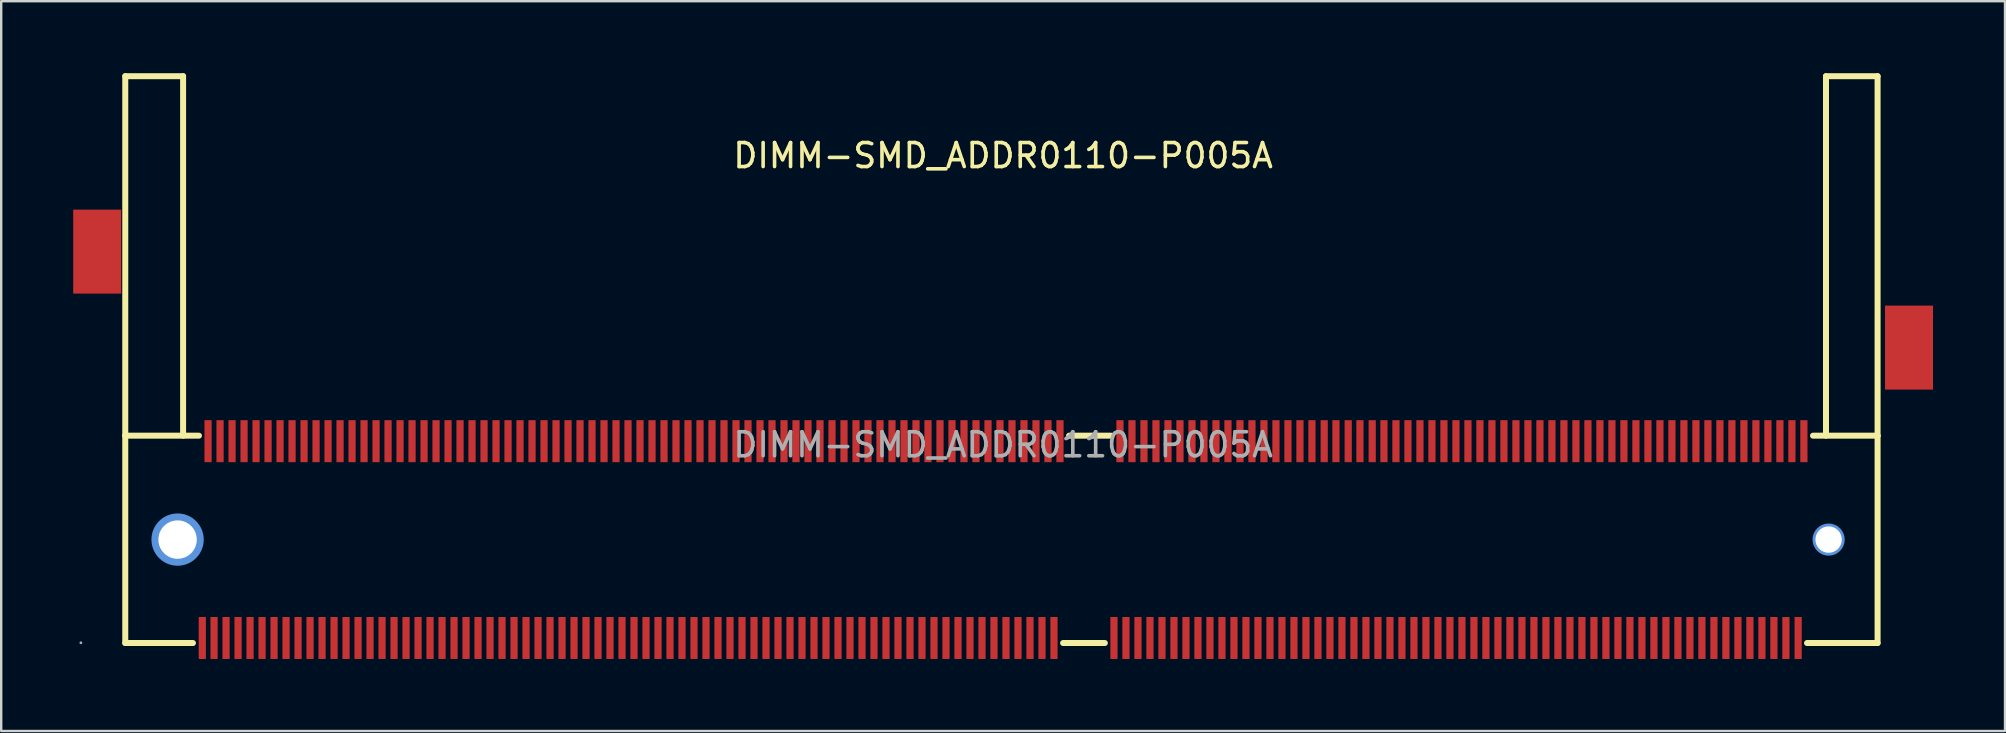
<source format=kicad_pcb>
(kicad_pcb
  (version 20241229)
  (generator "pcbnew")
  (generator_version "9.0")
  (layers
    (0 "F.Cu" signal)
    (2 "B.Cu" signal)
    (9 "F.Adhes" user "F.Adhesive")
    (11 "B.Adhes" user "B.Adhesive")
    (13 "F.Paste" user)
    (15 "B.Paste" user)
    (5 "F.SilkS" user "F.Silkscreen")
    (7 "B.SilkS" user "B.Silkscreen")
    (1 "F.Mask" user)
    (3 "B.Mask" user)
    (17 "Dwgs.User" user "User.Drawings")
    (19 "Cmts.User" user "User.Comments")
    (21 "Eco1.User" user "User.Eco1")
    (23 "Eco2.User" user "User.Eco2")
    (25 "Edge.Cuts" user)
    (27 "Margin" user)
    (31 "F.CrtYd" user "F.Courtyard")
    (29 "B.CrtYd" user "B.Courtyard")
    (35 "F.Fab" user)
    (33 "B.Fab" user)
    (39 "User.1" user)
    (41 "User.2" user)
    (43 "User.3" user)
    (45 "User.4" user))
  (footprint "DIMM-SMD_ADDR0110-P005A"
    (layer "F.Cu")
    (at 38.75 15.485)
    (property "Reference" "DIMM-SMD_ADDR0110-P005A" (at 0 -12.05 0) (layer "F.SilkS") (effects (font (size 1 1) (thickness 0.15))))
    (attr smd)
    (fp_line (start -36.58 -15.36) (end -34.17 -15.36) (stroke (width 0.25) (type solid)) (layer "F.SilkS"))
    (fp_line (start -36.58 -0.38) (end -36.58 -15.36) (stroke (width 0.25) (type solid)) (layer "F.SilkS"))
    (fp_line (start -36.58 -0.38) (end -33.51 -0.38) (stroke (width 0.25) (type solid)) (layer "F.SilkS"))
    (fp_line (start -36.58 8.26) (end -36.58 -0.38) (stroke (width 0.25) (type solid)) (layer "F.SilkS"))
    (fp_line (start -34.17 -15.36) (end -34.17 -0.38) (stroke (width 0.25) (type solid)) (layer "F.SilkS"))
    (fp_line (start -33.76 8.26) (end -36.58 8.26) (stroke (width 0.25) (type solid)) (layer "F.SilkS"))
    (fp_line (start 2.75 -0.38) (end 4.49 -0.38) (stroke (width 0.25) (type solid)) (layer "F.SilkS"))
    (fp_line (start 4.24 8.26) (end 2.5 8.26) (stroke (width 0.25) (type solid)) (layer "F.SilkS"))
    (fp_line (start 33.75 -0.38) (end 36.44 -0.38) (stroke (width 0.25) (type solid)) (layer "F.SilkS"))
    (fp_line (start 34.29 -15.36) (end 34.29 -0.38) (stroke (width 0.25) (type solid)) (layer "F.SilkS"))
    (fp_line (start 36.44 -15.36) (end 34.29 -15.36) (stroke (width 0.25) (type solid)) (layer "F.SilkS"))
    (fp_line (start 36.44 -0.38) (end 36.44 -15.36) (stroke (width 0.25) (type solid)) (layer "F.SilkS"))
    (fp_line (start 36.44 -0.38) (end 36.44 8.26) (stroke (width 0.25) (type solid)) (layer "F.SilkS"))
    (fp_line (start 36.44 8.26) (end 33.5 8.26) (stroke (width 0.25) (type solid)) (layer "F.SilkS"))
    (fp_circle (center -34.4 3.95) (end -34.04 3.95) (stroke (width 0.73) (type solid)) (fill no) (layer "Cmts.User"))
    (fp_circle (center 34.4 3.95) (end 34.62 3.95) (stroke (width 0.45) (type solid)) (fill no) (layer "Cmts.User"))
    (fp_circle (center -38.43 8.25) (end -38.4 8.25) (stroke (width 0.06) (type solid)) (fill no) (layer "F.Fab"))
    (fp_text user "${REFERENCE}" (at 0 0 0) (layer "F.Fab") (effects (font (size 1 1) (thickness 0.15))))
    (pad "" thru_hole circle (at -34.4 3.95) (size 1.6 1.6) (drill 1.6) (layers "*.Cu" "*.Mask"))
    (pad "" thru_hole circle (at 34.4 3.95) (size 1.1 1.1) (drill 1.1) (layers "*.Cu" "*.Mask"))
    (pad "1" smd rect (at -33.37 8.05 180) (size 0.3 1.75) (layers "F.Cu" "F.Mask" "F.Paste"))
    (pad "2" smd rect (at -33.13 -0.15 180) (size 0.3 1.75) (layers "F.Cu" "F.Mask" "F.Paste"))
    (pad "3" smd rect (at -32.88 8.05 180) (size 0.3 1.75) (layers "F.Cu" "F.Mask" "F.Paste"))
    (pad "4" smd rect (at -32.63 -0.15 180) (size 0.3 1.75) (layers "F.Cu" "F.Mask" "F.Paste"))
    (pad "5" smd rect (at -32.38 8.05 180) (size 0.3 1.75) (layers "F.Cu" "F.Mask" "F.Paste"))
    (pad "6" smd rect (at -32.13 -0.15 180) (size 0.3 1.75) (layers "F.Cu" "F.Mask" "F.Paste"))
    (pad "7" smd rect (at -31.88 8.05 180) (size 0.3 1.75) (layers "F.Cu" "F.Mask" "F.Paste"))
    (pad "8" smd rect (at -31.63 -0.15 180) (size 0.3 1.75) (layers "F.Cu" "F.Mask" "F.Paste"))
    (pad "9" smd rect (at -31.38 8.05 180) (size 0.3 1.75) (layers "F.Cu" "F.Mask" "F.Paste"))
    (pad "10" smd rect (at -31.13 -0.15 180) (size 0.3 1.75) (layers "F.Cu" "F.Mask" "F.Paste"))
    (pad "11" smd rect (at -30.88 8.05 180) (size 0.3 1.75) (layers "F.Cu" "F.Mask" "F.Paste"))
    (pad "12" smd rect (at -30.63 -0.15 180) (size 0.3 1.75) (layers "F.Cu" "F.Mask" "F.Paste"))
    (pad "13" smd rect (at -30.38 8.05 180) (size 0.3 1.75) (layers "F.Cu" "F.Mask" "F.Paste"))
    (pad "14" smd rect (at -30.13 -0.15 180) (size 0.3 1.75) (layers "F.Cu" "F.Mask" "F.Paste"))
    (pad "15" smd rect (at -29.88 8.05 180) (size 0.3 1.75) (layers "F.Cu" "F.Mask" "F.Paste"))
    (pad "16" smd rect (at -29.63 -0.15 180) (size 0.3 1.75) (layers "F.Cu" "F.Mask" "F.Paste"))
    (pad "17" smd rect (at -29.38 8.05 180) (size 0.3 1.75) (layers "F.Cu" "F.Mask" "F.Paste"))
    (pad "18" smd rect (at -29.13 -0.15 180) (size 0.3 1.75) (layers "F.Cu" "F.Mask" "F.Paste"))
    (pad "19" smd rect (at -28.88 8.05 180) (size 0.3 1.75) (layers "F.Cu" "F.Mask" "F.Paste"))
    (pad "20" smd rect (at -28.63 -0.15 180) (size 0.3 1.75) (layers "F.Cu" "F.Mask" "F.Paste"))
    (pad "21" smd rect (at -28.38 8.05 180) (size 0.3 1.75) (layers "F.Cu" "F.Mask" "F.Paste"))
    (pad "22" smd rect (at -28.13 -0.15 180) (size 0.3 1.75) (layers "F.Cu" "F.Mask" "F.Paste"))
    (pad "23" smd rect (at -27.88 8.05 180) (size 0.3 1.75) (layers "F.Cu" "F.Mask" "F.Paste"))
    (pad "24" smd rect (at -27.63 -0.15 180) (size 0.3 1.75) (layers "F.Cu" "F.Mask" "F.Paste"))
    (pad "25" smd rect (at -27.38 8.05 180) (size 0.3 1.75) (layers "F.Cu" "F.Mask" "F.Paste"))
    (pad "26" smd rect (at -27.13 -0.15 180) (size 0.3 1.75) (layers "F.Cu" "F.Mask" "F.Paste"))
    (pad "27" smd rect (at -26.88 8.05 180) (size 0.3 1.75) (layers "F.Cu" "F.Mask" "F.Paste"))
    (pad "28" smd rect (at -26.63 -0.15 180) (size 0.3 1.75) (layers "F.Cu" "F.Mask" "F.Paste"))
    (pad "29" smd rect (at -26.38 8.05 180) (size 0.3 1.75) (layers "F.Cu" "F.Mask" "F.Paste"))
    (pad "30" smd rect (at -26.13 -0.15 180) (size 0.3 1.75) (layers "F.Cu" "F.Mask" "F.Paste"))
    (pad "31" smd rect (at -25.88 8.05 180) (size 0.3 1.75) (layers "F.Cu" "F.Mask" "F.Paste"))
    (pad "32" smd rect (at -25.63 -0.15 180) (size 0.3 1.75) (layers "F.Cu" "F.Mask" "F.Paste"))
    (pad "33" smd rect (at -25.38 8.05 180) (size 0.3 1.75) (layers "F.Cu" "F.Mask" "F.Paste"))
    (pad "34" smd rect (at -25.13 -0.15 180) (size 0.3 1.75) (layers "F.Cu" "F.Mask" "F.Paste"))
    (pad "35" smd rect (at -24.88 8.05 180) (size 0.3 1.75) (layers "F.Cu" "F.Mask" "F.Paste"))
    (pad "36" smd rect (at -24.63 -0.15 180) (size 0.3 1.75) (layers "F.Cu" "F.Mask" "F.Paste"))
    (pad "37" smd rect (at -24.38 8.05 180) (size 0.3 1.75) (layers "F.Cu" "F.Mask" "F.Paste"))
    (pad "38" smd rect (at -24.13 -0.15 180) (size 0.3 1.75) (layers "F.Cu" "F.Mask" "F.Paste"))
    (pad "39" smd rect (at -23.88 8.05 180) (size 0.3 1.75) (layers "F.Cu" "F.Mask" "F.Paste"))
    (pad "40" smd rect (at -23.63 -0.15 180) (size 0.3 1.75) (layers "F.Cu" "F.Mask" "F.Paste"))
    (pad "41" smd rect (at -23.38 8.05 180) (size 0.3 1.75) (layers "F.Cu" "F.Mask" "F.Paste"))
    (pad "42" smd rect (at -23.13 -0.15 180) (size 0.3 1.75) (layers "F.Cu" "F.Mask" "F.Paste"))
    (pad "43" smd rect (at -22.88 8.05 180) (size 0.3 1.75) (layers "F.Cu" "F.Mask" "F.Paste"))
    (pad "44" smd rect (at -22.63 -0.15 180) (size 0.3 1.75) (layers "F.Cu" "F.Mask" "F.Paste"))
    (pad "45" smd rect (at -22.38 8.05 180) (size 0.3 1.75) (layers "F.Cu" "F.Mask" "F.Paste"))
    (pad "46" smd rect (at -22.13 -0.15 180) (size 0.3 1.75) (layers "F.Cu" "F.Mask" "F.Paste"))
    (pad "47" smd rect (at -21.88 8.05 180) (size 0.3 1.75) (layers "F.Cu" "F.Mask" "F.Paste"))
    (pad "48" smd rect (at -21.63 -0.15 180) (size 0.3 1.75) (layers "F.Cu" "F.Mask" "F.Paste"))
    (pad "49" smd rect (at -21.38 8.05 180) (size 0.3 1.75) (layers "F.Cu" "F.Mask" "F.Paste"))
    (pad "50" smd rect (at -21.13 -0.15 180) (size 0.3 1.75) (layers "F.Cu" "F.Mask" "F.Paste"))
    (pad "51" smd rect (at -20.88 8.05 180) (size 0.3 1.75) (layers "F.Cu" "F.Mask" "F.Paste"))
    (pad "52" smd rect (at -20.63 -0.15 180) (size 0.3 1.75) (layers "F.Cu" "F.Mask" "F.Paste"))
    (pad "53" smd rect (at -20.38 8.05 180) (size 0.3 1.75) (layers "F.Cu" "F.Mask" "F.Paste"))
    (pad "54" smd rect (at -20.13 -0.15 180) (size 0.3 1.75) (layers "F.Cu" "F.Mask" "F.Paste"))
    (pad "55" smd rect (at -19.88 8.05 180) (size 0.3 1.75) (layers "F.Cu" "F.Mask" "F.Paste"))
    (pad "56" smd rect (at -19.63 -0.15 180) (size 0.3 1.75) (layers "F.Cu" "F.Mask" "F.Paste"))
    (pad "57" smd rect (at -19.38 8.05 180) (size 0.3 1.75) (layers "F.Cu" "F.Mask" "F.Paste"))
    (pad "58" smd rect (at -19.13 -0.15 180) (size 0.3 1.75) (layers "F.Cu" "F.Mask" "F.Paste"))
    (pad "59" smd rect (at -18.88 8.05 180) (size 0.3 1.75) (layers "F.Cu" "F.Mask" "F.Paste"))
    (pad "60" smd rect (at -18.63 -0.15 180) (size 0.3 1.75) (layers "F.Cu" "F.Mask" "F.Paste"))
    (pad "61" smd rect (at -18.38 8.05 180) (size 0.3 1.75) (layers "F.Cu" "F.Mask" "F.Paste"))
    (pad "62" smd rect (at -18.13 -0.15 180) (size 0.3 1.75) (layers "F.Cu" "F.Mask" "F.Paste"))
    (pad "63" smd rect (at -17.88 8.05 180) (size 0.3 1.75) (layers "F.Cu" "F.Mask" "F.Paste"))
    (pad "64" smd rect (at -17.63 -0.15 180) (size 0.3 1.75) (layers "F.Cu" "F.Mask" "F.Paste"))
    (pad "65" smd rect (at -17.38 8.05 180) (size 0.3 1.75) (layers "F.Cu" "F.Mask" "F.Paste"))
    (pad "66" smd rect (at -17.13 -0.15 180) (size 0.3 1.75) (layers "F.Cu" "F.Mask" "F.Paste"))
    (pad "67" smd rect (at -16.88 8.05 180) (size 0.3 1.75) (layers "F.Cu" "F.Mask" "F.Paste"))
    (pad "68" smd rect (at -16.63 -0.15 180) (size 0.3 1.75) (layers "F.Cu" "F.Mask" "F.Paste"))
    (pad "69" smd rect (at -16.38 8.05 180) (size 0.3 1.75) (layers "F.Cu" "F.Mask" "F.Paste"))
    (pad "70" smd rect (at -16.13 -0.15 180) (size 0.3 1.75) (layers "F.Cu" "F.Mask" "F.Paste"))
    (pad "71" smd rect (at -15.88 8.05 180) (size 0.3 1.75) (layers "F.Cu" "F.Mask" "F.Paste"))
    (pad "72" smd rect (at -15.63 -0.15 180) (size 0.3 1.75) (layers "F.Cu" "F.Mask" "F.Paste"))
    (pad "73" smd rect (at -15.38 8.05 180) (size 0.3 1.75) (layers "F.Cu" "F.Mask" "F.Paste"))
    (pad "74" smd rect (at -15.13 -0.15 180) (size 0.3 1.75) (layers "F.Cu" "F.Mask" "F.Paste"))
    (pad "75" smd rect (at -14.88 8.05 180) (size 0.3 1.75) (layers "F.Cu" "F.Mask" "F.Paste"))
    (pad "76" smd rect (at -14.63 -0.15 180) (size 0.3 1.75) (layers "F.Cu" "F.Mask" "F.Paste"))
    (pad "77" smd rect (at -14.38 8.05 180) (size 0.3 1.75) (layers "F.Cu" "F.Mask" "F.Paste"))
    (pad "78" smd rect (at -14.13 -0.15 180) (size 0.3 1.75) (layers "F.Cu" "F.Mask" "F.Paste"))
    (pad "79" smd rect (at -13.88 8.05 180) (size 0.3 1.75) (layers "F.Cu" "F.Mask" "F.Paste"))
    (pad "80" smd rect (at -13.63 -0.15 180) (size 0.3 1.75) (layers "F.Cu" "F.Mask" "F.Paste"))
    (pad "81" smd rect (at -13.38 8.05 180) (size 0.3 1.75) (layers "F.Cu" "F.Mask" "F.Paste"))
    (pad "82" smd rect (at -13.13 -0.15 180) (size 0.3 1.75) (layers "F.Cu" "F.Mask" "F.Paste"))
    (pad "83" smd rect (at -12.88 8.05 180) (size 0.3 1.75) (layers "F.Cu" "F.Mask" "F.Paste"))
    (pad "84" smd rect (at -12.63 -0.15 180) (size 0.3 1.75) (layers "F.Cu" "F.Mask" "F.Paste"))
    (pad "85" smd rect (at -12.38 8.05 180) (size 0.3 1.75) (layers "F.Cu" "F.Mask" "F.Paste"))
    (pad "86" smd rect (at -12.13 -0.15 180) (size 0.3 1.75) (layers "F.Cu" "F.Mask" "F.Paste"))
    (pad "87" smd rect (at -11.88 8.05 180) (size 0.3 1.75) (layers "F.Cu" "F.Mask" "F.Paste"))
    (pad "88" smd rect (at -11.63 -0.15 180) (size 0.3 1.75) (layers "F.Cu" "F.Mask" "F.Paste"))
    (pad "89" smd rect (at -11.38 8.05 180) (size 0.3 1.75) (layers "F.Cu" "F.Mask" "F.Paste"))
    (pad "90" smd rect (at -11.13 -0.15 180) (size 0.3 1.75) (layers "F.Cu" "F.Mask" "F.Paste"))
    (pad "91" smd rect (at -10.88 8.05 180) (size 0.3 1.75) (layers "F.Cu" "F.Mask" "F.Paste"))
    (pad "92" smd rect (at -10.63 -0.15 180) (size 0.3 1.75) (layers "F.Cu" "F.Mask" "F.Paste"))
    (pad "93" smd rect (at -10.38 8.05 180) (size 0.3 1.75) (layers "F.Cu" "F.Mask" "F.Paste"))
    (pad "94" smd rect (at -10.13 -0.15 180) (size 0.3 1.75) (layers "F.Cu" "F.Mask" "F.Paste"))
    (pad "95" smd rect (at -9.88 8.05 180) (size 0.3 1.75) (layers "F.Cu" "F.Mask" "F.Paste"))
    (pad "96" smd rect (at -9.63 -0.15 180) (size 0.3 1.75) (layers "F.Cu" "F.Mask" "F.Paste"))
    (pad "97" smd rect (at -9.38 8.05 180) (size 0.3 1.75) (layers "F.Cu" "F.Mask" "F.Paste"))
    (pad "98" smd rect (at -9.13 -0.15 180) (size 0.3 1.75) (layers "F.Cu" "F.Mask" "F.Paste"))
    (pad "99" smd rect (at -8.88 8.05 180) (size 0.3 1.75) (layers "F.Cu" "F.Mask" "F.Paste"))
    (pad "100" smd rect (at -8.63 -0.15 180) (size 0.3 1.75) (layers "F.Cu" "F.Mask" "F.Paste"))
    (pad "101" smd rect (at -8.38 8.05 180) (size 0.3 1.75) (layers "F.Cu" "F.Mask" "F.Paste"))
    (pad "102" smd rect (at -8.13 -0.15 180) (size 0.3 1.75) (layers "F.Cu" "F.Mask" "F.Paste"))
    (pad "103" smd rect (at -7.88 8.05 180) (size 0.3 1.75) (layers "F.Cu" "F.Mask" "F.Paste"))
    (pad "104" smd rect (at -7.63 -0.15 180) (size 0.3 1.75) (layers "F.Cu" "F.Mask" "F.Paste"))
    (pad "105" smd rect (at -7.38 8.05 180) (size 0.3 1.75) (layers "F.Cu" "F.Mask" "F.Paste"))
    (pad "106" smd rect (at -7.13 -0.15 180) (size 0.3 1.75) (layers "F.Cu" "F.Mask" "F.Paste"))
    (pad "107" smd rect (at -6.88 8.05 180) (size 0.3 1.75) (layers "F.Cu" "F.Mask" "F.Paste"))
    (pad "108" smd rect (at -6.63 -0.15 180) (size 0.3 1.75) (layers "F.Cu" "F.Mask" "F.Paste"))
    (pad "109" smd rect (at -6.38 8.05 180) (size 0.3 1.75) (layers "F.Cu" "F.Mask" "F.Paste"))
    (pad "110" smd rect (at -6.13 -0.15 180) (size 0.3 1.75) (layers "F.Cu" "F.Mask" "F.Paste"))
    (pad "111" smd rect (at -5.88 8.05 180) (size 0.3 1.75) (layers "F.Cu" "F.Mask" "F.Paste"))
    (pad "112" smd rect (at -5.63 -0.15 180) (size 0.3 1.75) (layers "F.Cu" "F.Mask" "F.Paste"))
    (pad "113" smd rect (at -5.38 8.05 180) (size 0.3 1.75) (layers "F.Cu" "F.Mask" "F.Paste"))
    (pad "114" smd rect (at -5.13 -0.15 180) (size 0.3 1.75) (layers "F.Cu" "F.Mask" "F.Paste"))
    (pad "115" smd rect (at -4.88 8.05 180) (size 0.3 1.75) (layers "F.Cu" "F.Mask" "F.Paste"))
    (pad "116" smd rect (at -4.63 -0.15 180) (size 0.3 1.75) (layers "F.Cu" "F.Mask" "F.Paste"))
    (pad "117" smd rect (at -4.38 8.05 180) (size 0.3 1.75) (layers "F.Cu" "F.Mask" "F.Paste"))
    (pad "118" smd rect (at -4.13 -0.15 180) (size 0.3 1.75) (layers "F.Cu" "F.Mask" "F.Paste"))
    (pad "119" smd rect (at -3.88 8.05 180) (size 0.3 1.75) (layers "F.Cu" "F.Mask" "F.Paste"))
    (pad "120" smd rect (at -3.63 -0.15 180) (size 0.3 1.75) (layers "F.Cu" "F.Mask" "F.Paste"))
    (pad "121" smd rect (at -3.38 8.05 180) (size 0.3 1.75) (layers "F.Cu" "F.Mask" "F.Paste"))
    (pad "122" smd rect (at -3.13 -0.15 180) (size 0.3 1.75) (layers "F.Cu" "F.Mask" "F.Paste"))
    (pad "123" smd rect (at -2.88 8.05 180) (size 0.3 1.75) (layers "F.Cu" "F.Mask" "F.Paste"))
    (pad "124" smd rect (at -2.63 -0.15 180) (size 0.3 1.75) (layers "F.Cu" "F.Mask" "F.Paste"))
    (pad "125" smd rect (at -2.38 8.05 180) (size 0.3 1.75) (layers "F.Cu" "F.Mask" "F.Paste"))
    (pad "126" smd rect (at -2.13 -0.15 180) (size 0.3 1.75) (layers "F.Cu" "F.Mask" "F.Paste"))
    (pad "127" smd rect (at -1.88 8.05 180) (size 0.3 1.75) (layers "F.Cu" "F.Mask" "F.Paste"))
    (pad "128" smd rect (at -1.63 -0.15 180) (size 0.3 1.75) (layers "F.Cu" "F.Mask" "F.Paste"))
    (pad "129" smd rect (at -1.38 8.05 180) (size 0.3 1.75) (layers "F.Cu" "F.Mask" "F.Paste"))
    (pad "130" smd rect (at -1.13 -0.15 180) (size 0.3 1.75) (layers "F.Cu" "F.Mask" "F.Paste"))
    (pad "131" smd rect (at -0.88 8.05 180) (size 0.3 1.75) (layers "F.Cu" "F.Mask" "F.Paste"))
    (pad "132" smd rect (at -0.63 -0.15 180) (size 0.3 1.75) (layers "F.Cu" "F.Mask" "F.Paste"))
    (pad "133" smd rect (at -0.38 8.05 180) (size 0.3 1.75) (layers "F.Cu" "F.Mask" "F.Paste"))
    (pad "134" smd rect (at -0.13 -0.15 180) (size 0.3 1.75) (layers "F.Cu" "F.Mask" "F.Paste"))
    (pad "135" smd rect (at 0.12 8.05 180) (size 0.3 1.75) (layers "F.Cu" "F.Mask" "F.Paste"))
    (pad "136" smd rect (at 0.37 -0.15 180) (size 0.3 1.75) (layers "F.Cu" "F.Mask" "F.Paste"))
    (pad "137" smd rect (at 0.62 8.05 180) (size 0.3 1.75) (layers "F.Cu" "F.Mask" "F.Paste"))
    (pad "138" smd rect (at 0.87 -0.15 180) (size 0.3 1.75) (layers "F.Cu" "F.Mask" "F.Paste"))
    (pad "139" smd rect (at 1.12 8.05 180) (size 0.3 1.75) (layers "F.Cu" "F.Mask" "F.Paste"))
    (pad "140" smd rect (at 1.37 -0.15 180) (size 0.3 1.75) (layers "F.Cu" "F.Mask" "F.Paste"))
    (pad "141" smd rect (at 1.62 8.05 180) (size 0.3 1.75) (layers "F.Cu" "F.Mask" "F.Paste"))
    (pad "142" smd rect (at 1.87 -0.15 180) (size 0.3 1.75) (layers "F.Cu" "F.Mask" "F.Paste"))
    (pad "143" smd rect (at 2.12 8.05 180) (size 0.3 1.75) (layers "F.Cu" "F.Mask" "F.Paste"))
    (pad "144" smd rect (at 2.37 -0.15 180) (size 0.3 1.75) (layers "F.Cu" "F.Mask" "F.Paste"))
    (pad "145" smd rect (at 4.62 8.05 180) (size 0.3 1.75) (layers "F.Cu" "F.Mask" "F.Paste"))
    (pad "146" smd rect (at 4.87 -0.15 180) (size 0.3 1.75) (layers "F.Cu" "F.Mask" "F.Paste"))
    (pad "147" smd rect (at 5.12 8.05 180) (size 0.3 1.75) (layers "F.Cu" "F.Mask" "F.Paste"))
    (pad "148" smd rect (at 5.37 -0.15 180) (size 0.3 1.75) (layers "F.Cu" "F.Mask" "F.Paste"))
    (pad "149" smd rect (at 5.62 8.05 180) (size 0.3 1.75) (layers "F.Cu" "F.Mask" "F.Paste"))
    (pad "150" smd rect (at 5.87 -0.15 180) (size 0.3 1.75) (layers "F.Cu" "F.Mask" "F.Paste"))
    (pad "151" smd rect (at 6.12 8.05 180) (size 0.3 1.75) (layers "F.Cu" "F.Mask" "F.Paste"))
    (pad "152" smd rect (at 6.37 -0.15 180) (size 0.3 1.75) (layers "F.Cu" "F.Mask" "F.Paste"))
    (pad "153" smd rect (at 6.62 8.05 180) (size 0.3 1.75) (layers "F.Cu" "F.Mask" "F.Paste"))
    (pad "154" smd rect (at 6.87 -0.15 180) (size 0.3 1.75) (layers "F.Cu" "F.Mask" "F.Paste"))
    (pad "155" smd rect (at 7.12 8.05 180) (size 0.3 1.75) (layers "F.Cu" "F.Mask" "F.Paste"))
    (pad "156" smd rect (at 7.37 -0.15 180) (size 0.3 1.75) (layers "F.Cu" "F.Mask" "F.Paste"))
    (pad "157" smd rect (at 7.62 8.05 180) (size 0.3 1.75) (layers "F.Cu" "F.Mask" "F.Paste"))
    (pad "158" smd rect (at 7.87 -0.15 180) (size 0.3 1.75) (layers "F.Cu" "F.Mask" "F.Paste"))
    (pad "159" smd rect (at 8.12 8.05 180) (size 0.3 1.75) (layers "F.Cu" "F.Mask" "F.Paste"))
    (pad "160" smd rect (at 8.37 -0.15 180) (size 0.3 1.75) (layers "F.Cu" "F.Mask" "F.Paste"))
    (pad "161" smd rect (at 8.62 8.05 180) (size 0.3 1.75) (layers "F.Cu" "F.Mask" "F.Paste"))
    (pad "162" smd rect (at 8.87 -0.15 180) (size 0.3 1.75) (layers "F.Cu" "F.Mask" "F.Paste"))
    (pad "163" smd rect (at 9.12 8.05 180) (size 0.3 1.75) (layers "F.Cu" "F.Mask" "F.Paste"))
    (pad "164" smd rect (at 9.37 -0.15 180) (size 0.3 1.75) (layers "F.Cu" "F.Mask" "F.Paste"))
    (pad "165" smd rect (at 9.62 8.05 180) (size 0.3 1.75) (layers "F.Cu" "F.Mask" "F.Paste"))
    (pad "166" smd rect (at 9.87 -0.15 180) (size 0.3 1.75) (layers "F.Cu" "F.Mask" "F.Paste"))
    (pad "167" smd rect (at 10.12 8.05 180) (size 0.3 1.75) (layers "F.Cu" "F.Mask" "F.Paste"))
    (pad "168" smd rect (at 10.37 -0.15 180) (size 0.3 1.75) (layers "F.Cu" "F.Mask" "F.Paste"))
    (pad "169" smd rect (at 10.62 8.05 180) (size 0.3 1.75) (layers "F.Cu" "F.Mask" "F.Paste"))
    (pad "170" smd rect (at 10.87 -0.15 180) (size 0.3 1.75) (layers "F.Cu" "F.Mask" "F.Paste"))
    (pad "171" smd rect (at 11.12 8.05 180) (size 0.3 1.75) (layers "F.Cu" "F.Mask" "F.Paste"))
    (pad "172" smd rect (at 11.37 -0.15 180) (size 0.3 1.75) (layers "F.Cu" "F.Mask" "F.Paste"))
    (pad "173" smd rect (at 11.62 8.05 180) (size 0.3 1.75) (layers "F.Cu" "F.Mask" "F.Paste"))
    (pad "174" smd rect (at 11.87 -0.15 180) (size 0.3 1.75) (layers "F.Cu" "F.Mask" "F.Paste"))
    (pad "175" smd rect (at 12.12 8.05 180) (size 0.3 1.75) (layers "F.Cu" "F.Mask" "F.Paste"))
    (pad "176" smd rect (at 12.37 -0.15 180) (size 0.3 1.75) (layers "F.Cu" "F.Mask" "F.Paste"))
    (pad "177" smd rect (at 12.62 8.05 180) (size 0.3 1.75) (layers "F.Cu" "F.Mask" "F.Paste"))
    (pad "178" smd rect (at 12.87 -0.15 180) (size 0.3 1.75) (layers "F.Cu" "F.Mask" "F.Paste"))
    (pad "179" smd rect (at 13.12 8.05 180) (size 0.3 1.75) (layers "F.Cu" "F.Mask" "F.Paste"))
    (pad "180" smd rect (at 13.38 -0.15 180) (size 0.3 1.75) (layers "F.Cu" "F.Mask" "F.Paste"))
    (pad "181" smd rect (at 13.62 8.05 180) (size 0.3 1.75) (layers "F.Cu" "F.Mask" "F.Paste"))
    (pad "182" smd rect (at 13.87 -0.15 180) (size 0.3 1.75) (layers "F.Cu" "F.Mask" "F.Paste"))
    (pad "183" smd rect (at 14.12 8.05 180) (size 0.3 1.75) (layers "F.Cu" "F.Mask" "F.Paste"))
    (pad "184" smd rect (at 14.38 -0.15 180) (size 0.3 1.75) (layers "F.Cu" "F.Mask" "F.Paste"))
    (pad "185" smd rect (at 14.62 8.05 180) (size 0.3 1.75) (layers "F.Cu" "F.Mask" "F.Paste"))
    (pad "186" smd rect (at 14.87 -0.15 180) (size 0.3 1.75) (layers "F.Cu" "F.Mask" "F.Paste"))
    (pad "187" smd rect (at 15.12 8.05 180) (size 0.3 1.75) (layers "F.Cu" "F.Mask" "F.Paste"))
    (pad "188" smd rect (at 15.38 -0.15 180) (size 0.3 1.75) (layers "F.Cu" "F.Mask" "F.Paste"))
    (pad "189" smd rect (at 15.62 8.05 180) (size 0.3 1.75) (layers "F.Cu" "F.Mask" "F.Paste"))
    (pad "190" smd rect (at 15.87 -0.15 180) (size 0.3 1.75) (layers "F.Cu" "F.Mask" "F.Paste"))
    (pad "191" smd rect (at 16.12 8.05 180) (size 0.3 1.75) (layers "F.Cu" "F.Mask" "F.Paste"))
    (pad "192" smd rect (at 16.37 -0.15 180) (size 0.3 1.75) (layers "F.Cu" "F.Mask" "F.Paste"))
    (pad "193" smd rect (at 16.62 8.05 180) (size 0.3 1.75) (layers "F.Cu" "F.Mask" "F.Paste"))
    (pad "194" smd rect (at 16.87 -0.15 180) (size 0.3 1.75) (layers "F.Cu" "F.Mask" "F.Paste"))
    (pad "195" smd rect (at 17.12 8.05 180) (size 0.3 1.75) (layers "F.Cu" "F.Mask" "F.Paste"))
    (pad "196" smd rect (at 17.37 -0.15 180) (size 0.3 1.75) (layers "F.Cu" "F.Mask" "F.Paste"))
    (pad "197" smd rect (at 17.62 8.05 180) (size 0.3 1.75) (layers "F.Cu" "F.Mask" "F.Paste"))
    (pad "198" smd rect (at 17.87 -0.15 180) (size 0.3 1.75) (layers "F.Cu" "F.Mask" "F.Paste"))
    (pad "199" smd rect (at 18.12 8.05 180) (size 0.3 1.75) (layers "F.Cu" "F.Mask" "F.Paste"))
    (pad "200" smd rect (at 18.37 -0.15 180) (size 0.3 1.75) (layers "F.Cu" "F.Mask" "F.Paste"))
    (pad "201" smd rect (at 18.62 8.05 180) (size 0.3 1.75) (layers "F.Cu" "F.Mask" "F.Paste"))
    (pad "202" smd rect (at 18.87 -0.15 180) (size 0.3 1.75) (layers "F.Cu" "F.Mask" "F.Paste"))
    (pad "203" smd rect (at 19.12 8.05 180) (size 0.3 1.75) (layers "F.Cu" "F.Mask" "F.Paste"))
    (pad "204" smd rect (at 19.37 -0.15 180) (size 0.3 1.75) (layers "F.Cu" "F.Mask" "F.Paste"))
    (pad "205" smd rect (at 19.62 8.05 180) (size 0.3 1.75) (layers "F.Cu" "F.Mask" "F.Paste"))
    (pad "206" smd rect (at 19.87 -0.15 180) (size 0.3 1.75) (layers "F.Cu" "F.Mask" "F.Paste"))
    (pad "207" smd rect (at 20.12 8.05 180) (size 0.3 1.75) (layers "F.Cu" "F.Mask" "F.Paste"))
    (pad "208" smd rect (at 20.37 -0.15 180) (size 0.3 1.75) (layers "F.Cu" "F.Mask" "F.Paste"))
    (pad "209" smd rect (at 20.62 8.05 180) (size 0.3 1.75) (layers "F.Cu" "F.Mask" "F.Paste"))
    (pad "210" smd rect (at 20.87 -0.15 180) (size 0.3 1.75) (layers "F.Cu" "F.Mask" "F.Paste"))
    (pad "211" smd rect (at 21.12 8.05 180) (size 0.3 1.75) (layers "F.Cu" "F.Mask" "F.Paste"))
    (pad "212" smd rect (at 21.37 -0.15 180) (size 0.3 1.75) (layers "F.Cu" "F.Mask" "F.Paste"))
    (pad "213" smd rect (at 21.62 8.05 180) (size 0.3 1.75) (layers "F.Cu" "F.Mask" "F.Paste"))
    (pad "214" smd rect (at 21.87 -0.15 180) (size 0.3 1.75) (layers "F.Cu" "F.Mask" "F.Paste"))
    (pad "215" smd rect (at 22.12 8.05 180) (size 0.3 1.75) (layers "F.Cu" "F.Mask" "F.Paste"))
    (pad "216" smd rect (at 22.37 -0.15 180) (size 0.3 1.75) (layers "F.Cu" "F.Mask" "F.Paste"))
    (pad "217" smd rect (at 22.62 8.05 180) (size 0.3 1.75) (layers "F.Cu" "F.Mask" "F.Paste"))
    (pad "218" smd rect (at 22.87 -0.15 180) (size 0.3 1.75) (layers "F.Cu" "F.Mask" "F.Paste"))
    (pad "219" smd rect (at 23.12 8.05 180) (size 0.3 1.75) (layers "F.Cu" "F.Mask" "F.Paste"))
    (pad "220" smd rect (at 23.37 -0.15 180) (size 0.3 1.75) (layers "F.Cu" "F.Mask" "F.Paste"))
    (pad "221" smd rect (at 23.62 8.05 180) (size 0.3 1.75) (layers "F.Cu" "F.Mask" "F.Paste"))
    (pad "222" smd rect (at 23.87 -0.15 180) (size 0.3 1.75) (layers "F.Cu" "F.Mask" "F.Paste"))
    (pad "223" smd rect (at 24.12 8.05 180) (size 0.3 1.75) (layers "F.Cu" "F.Mask" "F.Paste"))
    (pad "224" smd rect (at 24.37 -0.15 180) (size 0.3 1.75) (layers "F.Cu" "F.Mask" "F.Paste"))
    (pad "225" smd rect (at 24.62 8.05 180) (size 0.3 1.75) (layers "F.Cu" "F.Mask" "F.Paste"))
    (pad "226" smd rect (at 24.87 -0.15 180) (size 0.3 1.75) (layers "F.Cu" "F.Mask" "F.Paste"))
    (pad "227" smd rect (at 25.12 8.05 180) (size 0.3 1.75) (layers "F.Cu" "F.Mask" "F.Paste"))
    (pad "228" smd rect (at 25.37 -0.15 180) (size 0.3 1.75) (layers "F.Cu" "F.Mask" "F.Paste"))
    (pad "229" smd rect (at 25.62 8.05 180) (size 0.3 1.75) (layers "F.Cu" "F.Mask" "F.Paste"))
    (pad "230" smd rect (at 25.87 -0.15 180) (size 0.3 1.75) (layers "F.Cu" "F.Mask" "F.Paste"))
    (pad "231" smd rect (at 26.12 8.05 180) (size 0.3 1.75) (layers "F.Cu" "F.Mask" "F.Paste"))
    (pad "232" smd rect (at 26.37 -0.15 180) (size 0.3 1.75) (layers "F.Cu" "F.Mask" "F.Paste"))
    (pad "233" smd rect (at 26.62 8.05 180) (size 0.3 1.75) (layers "F.Cu" "F.Mask" "F.Paste"))
    (pad "234" smd rect (at 26.87 -0.15 180) (size 0.3 1.75) (layers "F.Cu" "F.Mask" "F.Paste"))
    (pad "235" smd rect (at 27.12 8.05 180) (size 0.3 1.75) (layers "F.Cu" "F.Mask" "F.Paste"))
    (pad "236" smd rect (at 27.37 -0.15 180) (size 0.3 1.75) (layers "F.Cu" "F.Mask" "F.Paste"))
    (pad "237" smd rect (at 27.62 8.05 180) (size 0.3 1.75) (layers "F.Cu" "F.Mask" "F.Paste"))
    (pad "238" smd rect (at 27.87 -0.15 180) (size 0.3 1.75) (layers "F.Cu" "F.Mask" "F.Paste"))
    (pad "239" smd rect (at 28.12 8.05 180) (size 0.3 1.75) (layers "F.Cu" "F.Mask" "F.Paste"))
    (pad "240" smd rect (at 28.37 -0.15 180) (size 0.3 1.75) (layers "F.Cu" "F.Mask" "F.Paste"))
    (pad "241" smd rect (at 28.62 8.05 180) (size 0.3 1.75) (layers "F.Cu" "F.Mask" "F.Paste"))
    (pad "242" smd rect (at 28.87 -0.15 180) (size 0.3 1.75) (layers "F.Cu" "F.Mask" "F.Paste"))
    (pad "243" smd rect (at 29.12 8.05 180) (size 0.3 1.75) (layers "F.Cu" "F.Mask" "F.Paste"))
    (pad "244" smd rect (at 29.37 -0.15 180) (size 0.3 1.75) (layers "F.Cu" "F.Mask" "F.Paste"))
    (pad "245" smd rect (at 29.62 8.05 180) (size 0.3 1.75) (layers "F.Cu" "F.Mask" "F.Paste"))
    (pad "246" smd rect (at 29.87 -0.15 180) (size 0.3 1.75) (layers "F.Cu" "F.Mask" "F.Paste"))
    (pad "247" smd rect (at 30.12 8.05 180) (size 0.3 1.75) (layers "F.Cu" "F.Mask" "F.Paste"))
    (pad "248" smd rect (at 30.37 -0.15 180) (size 0.3 1.75) (layers "F.Cu" "F.Mask" "F.Paste"))
    (pad "249" smd rect (at 30.62 8.05 180) (size 0.3 1.75) (layers "F.Cu" "F.Mask" "F.Paste"))
    (pad "250" smd rect (at 30.87 -0.15 180) (size 0.3 1.75) (layers "F.Cu" "F.Mask" "F.Paste"))
    (pad "251" smd rect (at 31.12 8.05 180) (size 0.3 1.75) (layers "F.Cu" "F.Mask" "F.Paste"))
    (pad "252" smd rect (at 31.37 -0.15 180) (size 0.3 1.75) (layers "F.Cu" "F.Mask" "F.Paste"))
    (pad "253" smd rect (at 31.62 8.05 180) (size 0.3 1.75) (layers "F.Cu" "F.Mask" "F.Paste"))
    (pad "254" smd rect (at 31.87 -0.15 180) (size 0.3 1.75) (layers "F.Cu" "F.Mask" "F.Paste"))
    (pad "255" smd rect (at 32.12 8.05 180) (size 0.3 1.75) (layers "F.Cu" "F.Mask" "F.Paste"))
    (pad "256" smd rect (at 32.37 -0.15 180) (size 0.3 1.75) (layers "F.Cu" "F.Mask" "F.Paste"))
    (pad "257" smd rect (at 32.62 8.05 180) (size 0.3 1.75) (layers "F.Cu" "F.Mask" "F.Paste"))
    (pad "258" smd rect (at 32.87 -0.15 180) (size 0.3 1.75) (layers "F.Cu" "F.Mask" "F.Paste"))
    (pad "259" smd rect (at 33.13 8.05 180) (size 0.3 1.75) (layers "F.Cu" "F.Mask" "F.Paste"))
    (pad "260" smd rect (at 33.37 -0.15 180) (size 0.3 1.75) (layers "F.Cu" "F.Mask" "F.Paste"))
    (pad "261" smd rect (at -37.75 -8.05 180) (size 2 3.5) (layers "F.Cu" "F.Mask" "F.Paste"))
    (pad "261" smd rect (at 37.75 -4.05 180) (size 2 3.5) (layers "F.Cu" "F.Mask" "F.Paste")))
  (gr_rect
    (start -3 -3)
    (end 80.5 27.41)
    (stroke (width 0.1) (type default))
    (fill no)
    (layer "Edge.Cuts")))
</source>
